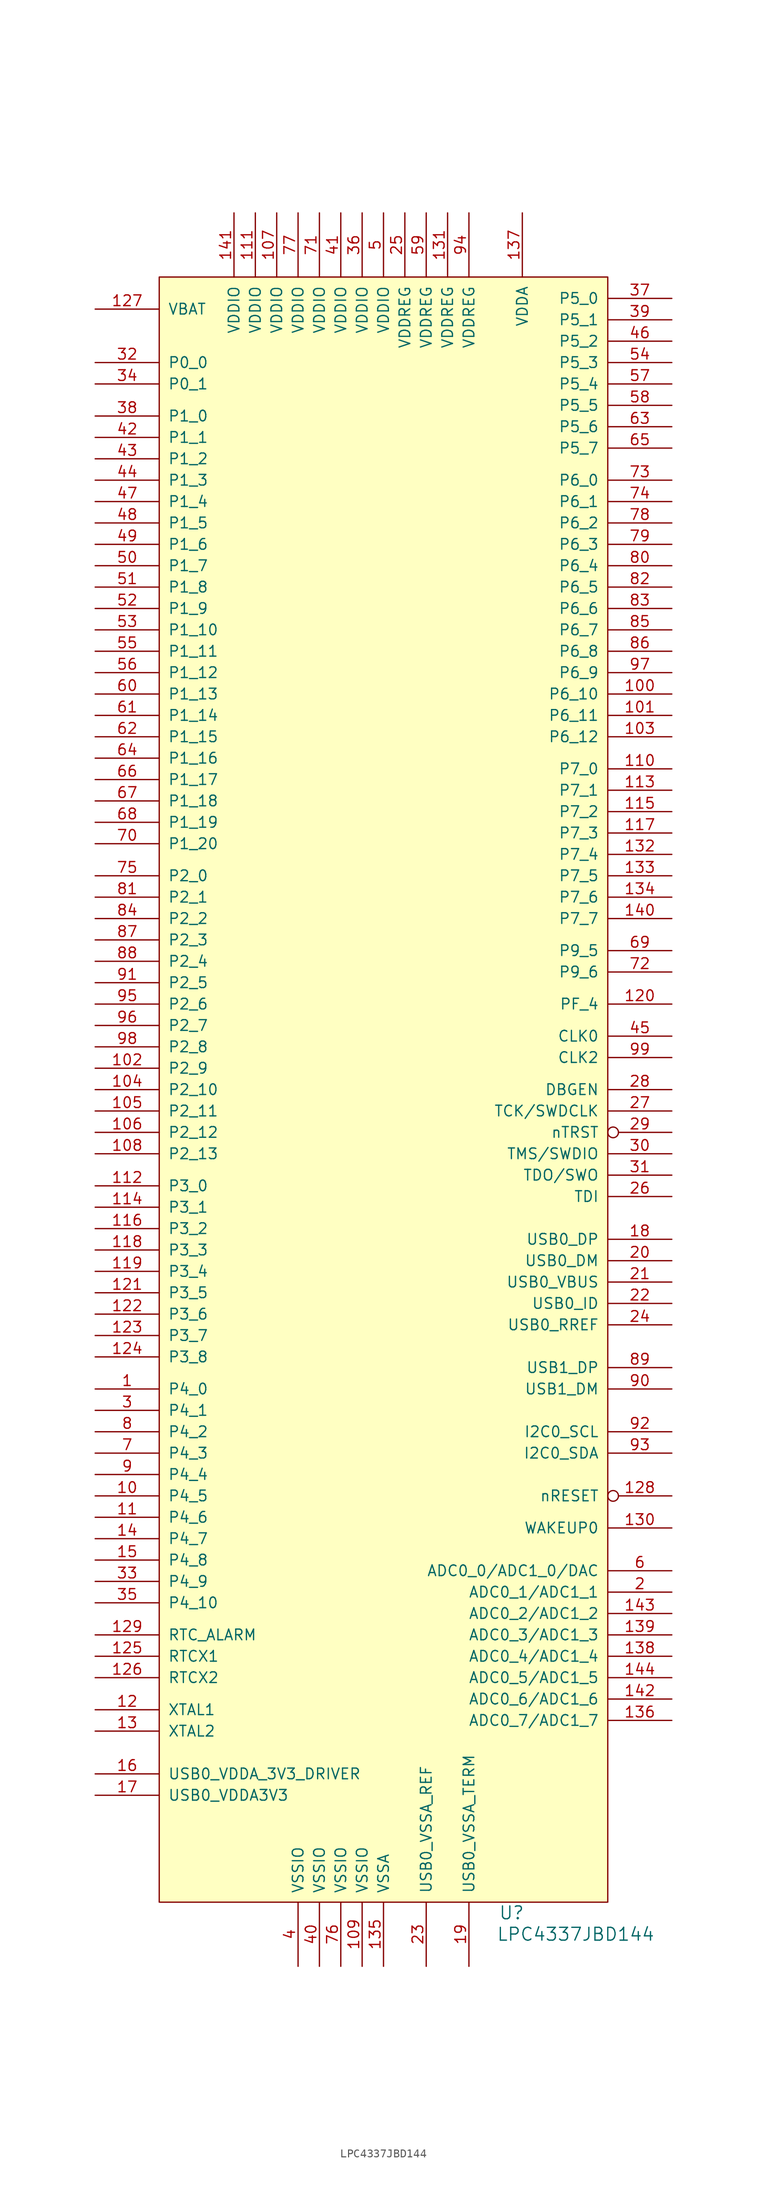
<source format=kicad_sym>
(kicad_symbol_lib
  (version 20231120)
  (generator "kicad_symbol_editor")
  (generator_version "8.0")
  (symbol "LPC4337JBD144"
    (pin_names
      (offset 1.016))
    (property "Reference" "U"
      (at 25.4 -73.66 0)
      (effects (font (size 1.524 1.524))))
    (property "Value" "LPC4337JBD144"
      (at 33.02 -76.2 0)
      (effects (font (size 1.524 1.524))))
    (property "Footprint" ""
      (at -2.54 100.33 0)
      (effects (font (size 1.524 1.524))))
    (property "Datasheet" ""
      (at -2.54 100.33 0)
      (effects (font (size 1.524 1.524))))
    (symbol "LPC4337JBD144_0_1"
      (rectangle (start -16.51 120.65) (end 36.83 -72.39) (stroke (width 0) (type solid)) (fill (type background))))
    (symbol "LPC4337JBD144_1_1"
      (pin input line (at -24.13 -11.43 0) (length 7.62) (name "P4_0" (effects (font (size 1.27 1.27)))) (number "1" (effects (font (size 1.27 1.27)))))
      (pin input line (at -24.13 -24.13 0) (length 7.62) (name "P4_5" (effects (font (size 1.27 1.27)))) (number "10" (effects (font (size 1.27 1.27)))))
      (pin input line (at 44.45 71.12 180) (length 7.62) (name "P6_10" (effects (font (size 1.27 1.27)))) (number "100" (effects (font (size 1.27 1.27)))))
      (pin input line (at 44.45 68.58 180) (length 7.62) (name "P6_11" (effects (font (size 1.27 1.27)))) (number "101" (effects (font (size 1.27 1.27)))))
      (pin bidirectional line (at -24.13 26.67 0) (length 7.62) (name "P2_9" (effects (font (size 1.27 1.27)))) (number "102" (effects (font (size 1.27 1.27)))))
      (pin input line (at 44.45 66.04 180) (length 7.62) (name "P6_12" (effects (font (size 1.27 1.27)))) (number "103" (effects (font (size 1.27 1.27)))))
      (pin bidirectional line (at -24.13 24.13 0) (length 7.62) (name "P2_10" (effects (font (size 1.27 1.27)))) (number "104" (effects (font (size 1.27 1.27)))))
      (pin bidirectional line (at -24.13 21.59 0) (length 7.62) (name "P2_11" (effects (font (size 1.27 1.27)))) (number "105" (effects (font (size 1.27 1.27)))))
      (pin bidirectional line (at -24.13 19.05 0) (length 7.62) (name "P2_12" (effects (font (size 1.27 1.27)))) (number "106" (effects (font (size 1.27 1.27)))))
      (pin input line (at -2.54 128.27 270) (length 7.62) (name "VDDIO" (effects (font (size 1.27 1.27)))) (number "107" (effects (font (size 1.27 1.27)))))
      (pin bidirectional line (at -24.13 16.51 0) (length 7.62) (name "P2_13" (effects (font (size 1.27 1.27)))) (number "108" (effects (font (size 1.27 1.27)))))
      (pin input line (at 7.62 -80.01 90) (length 7.62) (name "VSSIO" (effects (font (size 1.27 1.27)))) (number "109" (effects (font (size 1.27 1.27)))))
      (pin input line (at -24.13 -26.67 0) (length 7.62) (name "P4_6" (effects (font (size 1.27 1.27)))) (number "11" (effects (font (size 1.27 1.27)))))
      (pin input line (at 44.45 62.23 180) (length 7.62) (name "P7_0" (effects (font (size 1.27 1.27)))) (number "110" (effects (font (size 1.27 1.27)))))
      (pin input line (at -5.08 128.27 270) (length 7.62) (name "VDDIO" (effects (font (size 1.27 1.27)))) (number "111" (effects (font (size 1.27 1.27)))))
      (pin input line (at -24.13 12.7 0) (length 7.62) (name "P3_0" (effects (font (size 1.27 1.27)))) (number "112" (effects (font (size 1.27 1.27)))))
      (pin input line (at 44.45 59.69 180) (length 7.62) (name "P7_1" (effects (font (size 1.27 1.27)))) (number "113" (effects (font (size 1.27 1.27)))))
      (pin input line (at -24.13 10.16 0) (length 7.62) (name "P3_1" (effects (font (size 1.27 1.27)))) (number "114" (effects (font (size 1.27 1.27)))))
      (pin input line (at 44.45 57.15 180) (length 7.62) (name "P7_2" (effects (font (size 1.27 1.27)))) (number "115" (effects (font (size 1.27 1.27)))))
      (pin bidirectional line (at -24.13 7.62 0) (length 7.62) (name "P3_2" (effects (font (size 1.27 1.27)))) (number "116" (effects (font (size 1.27 1.27)))))
      (pin input line (at 44.45 54.61 180) (length 7.62) (name "P7_3" (effects (font (size 1.27 1.27)))) (number "117" (effects (font (size 1.27 1.27)))))
      (pin bidirectional line (at -24.13 5.08 0) (length 7.62) (name "P3_3" (effects (font (size 1.27 1.27)))) (number "118" (effects (font (size 1.27 1.27)))))
      (pin bidirectional line (at -24.13 2.54 0) (length 7.62) (name "P3_4" (effects (font (size 1.27 1.27)))) (number "119" (effects (font (size 1.27 1.27)))))
      (pin input line (at -24.13 -49.53 0) (length 7.62) (name "XTAL1" (effects (font (size 1.27 1.27)))) (number "12" (effects (font (size 1.27 1.27)))))
      (pin input line (at 44.45 34.29 180) (length 7.62) (name "PF_4" (effects (font (size 1.27 1.27)))) (number "120" (effects (font (size 1.27 1.27)))))
      (pin input line (at -24.13 0 0) (length 7.62) (name "P3_5" (effects (font (size 1.27 1.27)))) (number "121" (effects (font (size 1.27 1.27)))))
      (pin input line (at -24.13 -2.54 0) (length 7.62) (name "P3_6" (effects (font (size 1.27 1.27)))) (number "122" (effects (font (size 1.27 1.27)))))
      (pin input line (at -24.13 -5.08 0) (length 7.62) (name "P3_7" (effects (font (size 1.27 1.27)))) (number "123" (effects (font (size 1.27 1.27)))))
      (pin bidirectional line (at -24.13 -7.62 0) (length 7.62) (name "P3_8" (effects (font (size 1.27 1.27)))) (number "124" (effects (font (size 1.27 1.27)))))
      (pin input line (at -24.13 -43.18 0) (length 7.62) (name "RTCX1" (effects (font (size 1.27 1.27)))) (number "125" (effects (font (size 1.27 1.27)))))
      (pin input line (at -24.13 -45.72 0) (length 7.62) (name "RTCX2" (effects (font (size 1.27 1.27)))) (number "126" (effects (font (size 1.27 1.27)))))
      (pin input line (at -24.13 116.84 0) (length 7.62) (name "VBAT" (effects (font (size 1.27 1.27)))) (number "127" (effects (font (size 1.27 1.27)))))
      (pin input inverted (at 44.45 -24.13 180) (length 7.62) (name "nRESET" (effects (font (size 1.27 1.27)))) (number "128" (effects (font (size 1.27 1.27)))))
      (pin input line (at -24.13 -40.64 0) (length 7.62) (name "RTC_ALARM" (effects (font (size 1.27 1.27)))) (number "129" (effects (font (size 1.27 1.27)))))
      (pin input line (at -24.13 -52.07 0) (length 7.62) (name "XTAL2" (effects (font (size 1.27 1.27)))) (number "13" (effects (font (size 1.27 1.27)))))
      (pin input line (at 44.45 -27.94 180) (length 7.62) (name "WAKEUP0" (effects (font (size 1.27 1.27)))) (number "130" (effects (font (size 1.27 1.27)))))
      (pin input line (at 17.78 128.27 270) (length 7.62) (name "VDDREG" (effects (font (size 1.27 1.27)))) (number "131" (effects (font (size 1.27 1.27)))))
      (pin input line (at 44.45 52.07 180) (length 7.62) (name "P7_4" (effects (font (size 1.27 1.27)))) (number "132" (effects (font (size 1.27 1.27)))))
      (pin input line (at 44.45 49.53 180) (length 7.62) (name "P7_5" (effects (font (size 1.27 1.27)))) (number "133" (effects (font (size 1.27 1.27)))))
      (pin input line (at 44.45 46.99 180) (length 7.62) (name "P7_6" (effects (font (size 1.27 1.27)))) (number "134" (effects (font (size 1.27 1.27)))))
      (pin input line (at 10.16 -80.01 90) (length 7.62) (name "VSSA" (effects (font (size 1.27 1.27)))) (number "135" (effects (font (size 1.27 1.27)))))
      (pin input line (at 44.45 -50.8 180) (length 7.62) (name "ADC0_7/ADC1_7" (effects (font (size 1.27 1.27)))) (number "136" (effects (font (size 1.27 1.27)))))
      (pin input line (at 26.67 128.27 270) (length 7.62) (name "VDDA" (effects (font (size 1.27 1.27)))) (number "137" (effects (font (size 1.27 1.27)))))
      (pin input line (at 44.45 -43.18 180) (length 7.62) (name "ADC0_4/ADC1_4" (effects (font (size 1.27 1.27)))) (number "138" (effects (font (size 1.27 1.27)))))
      (pin input line (at 44.45 -40.64 180) (length 7.62) (name "ADC0_3/ADC1_3" (effects (font (size 1.27 1.27)))) (number "139" (effects (font (size 1.27 1.27)))))
      (pin input line (at -24.13 -29.21 0) (length 7.62) (name "P4_7" (effects (font (size 1.27 1.27)))) (number "14" (effects (font (size 1.27 1.27)))))
      (pin input line (at 44.45 44.45 180) (length 7.62) (name "P7_7" (effects (font (size 1.27 1.27)))) (number "140" (effects (font (size 1.27 1.27)))))
      (pin input line (at -7.62 128.27 270) (length 7.62) (name "VDDIO" (effects (font (size 1.27 1.27)))) (number "141" (effects (font (size 1.27 1.27)))))
      (pin input line (at 44.45 -48.26 180) (length 7.62) (name "ADC0_6/ADC1_6" (effects (font (size 1.27 1.27)))) (number "142" (effects (font (size 1.27 1.27)))))
      (pin input line (at 44.45 -38.1 180) (length 7.62) (name "ADC0_2/ADC1_2" (effects (font (size 1.27 1.27)))) (number "143" (effects (font (size 1.27 1.27)))))
      (pin input line (at 44.45 -45.72 180) (length 7.62) (name "ADC0_5/ADC1_5" (effects (font (size 1.27 1.27)))) (number "144" (effects (font (size 1.27 1.27)))))
      (pin input line (at -24.13 -31.75 0) (length 7.62) (name "P4_8" (effects (font (size 1.27 1.27)))) (number "15" (effects (font (size 1.27 1.27)))))
      (pin input line (at -24.13 -57.15 0) (length 7.62) (name "USB0_VDDA_3V3_DRIVER" (effects (font (size 1.27 1.27)))) (number "16" (effects (font (size 1.27 1.27)))))
      (pin input line (at -24.13 -59.69 0) (length 7.62) (name "USB0_VDDA3V3" (effects (font (size 1.27 1.27)))) (number "17" (effects (font (size 1.27 1.27)))))
      (pin bidirectional line (at 44.45 6.35 180) (length 7.62) (name "USB0_DP" (effects (font (size 1.27 1.27)))) (number "18" (effects (font (size 1.27 1.27)))))
      (pin input line (at 20.32 -80.01 90) (length 7.62) (name "USB0_VSSA_TERM" (effects (font (size 1.27 1.27)))) (number "19" (effects (font (size 1.27 1.27)))))
      (pin input line (at 44.45 -35.56 180) (length 7.62) (name "ADC0_1/ADC1_1" (effects (font (size 1.27 1.27)))) (number "2" (effects (font (size 1.27 1.27)))))
      (pin bidirectional line (at 44.45 3.81 180) (length 7.62) (name "USB0_DM" (effects (font (size 1.27 1.27)))) (number "20" (effects (font (size 1.27 1.27)))))
      (pin input line (at 44.45 1.27 180) (length 7.62) (name "USB0_VBUS" (effects (font (size 1.27 1.27)))) (number "21" (effects (font (size 1.27 1.27)))))
      (pin input line (at 44.45 -1.27 180) (length 7.62) (name "USB0_ID" (effects (font (size 1.27 1.27)))) (number "22" (effects (font (size 1.27 1.27)))))
      (pin input line (at 15.24 -80.01 90) (length 7.62) (name "USB0_VSSA_REF" (effects (font (size 1.27 1.27)))) (number "23" (effects (font (size 1.27 1.27)))))
      (pin input line (at 44.45 -3.81 180) (length 7.62) (name "USB0_RREF" (effects (font (size 1.27 1.27)))) (number "24" (effects (font (size 1.27 1.27)))))
      (pin input line (at 12.7 128.27 270) (length 7.62) (name "VDDREG" (effects (font (size 1.27 1.27)))) (number "25" (effects (font (size 1.27 1.27)))))
      (pin input line (at 44.45 11.43 180) (length 7.62) (name "TDI" (effects (font (size 1.27 1.27)))) (number "26" (effects (font (size 1.27 1.27)))))
      (pin input line (at 44.45 21.59 180) (length 7.62) (name "TCK/SWDCLK" (effects (font (size 1.27 1.27)))) (number "27" (effects (font (size 1.27 1.27)))))
      (pin input line (at 44.45 24.13 180) (length 7.62) (name "DBGEN" (effects (font (size 1.27 1.27)))) (number "28" (effects (font (size 1.27 1.27)))))
      (pin input inverted (at 44.45 19.05 180) (length 7.62) (name "nTRST" (effects (font (size 1.27 1.27)))) (number "29" (effects (font (size 1.27 1.27)))))
      (pin input line (at -24.13 -13.97 0) (length 7.62) (name "P4_1" (effects (font (size 1.27 1.27)))) (number "3" (effects (font (size 1.27 1.27)))))
      (pin input line (at 44.45 16.51 180) (length 7.62) (name "TMS/SWDIO" (effects (font (size 1.27 1.27)))) (number "30" (effects (font (size 1.27 1.27)))))
      (pin input line (at 44.45 13.97 180) (length 7.62) (name "TDO/SWO" (effects (font (size 1.27 1.27)))) (number "31" (effects (font (size 1.27 1.27)))))
      (pin input line (at -24.13 110.49 0) (length 7.62) (name "P0_0" (effects (font (size 1.27 1.27)))) (number "32" (effects (font (size 1.27 1.27)))))
      (pin input line (at -24.13 -34.29 0) (length 7.62) (name "P4_9" (effects (font (size 1.27 1.27)))) (number "33" (effects (font (size 1.27 1.27)))))
      (pin input line (at -24.13 107.95 0) (length 7.62) (name "P0_1" (effects (font (size 1.27 1.27)))) (number "34" (effects (font (size 1.27 1.27)))))
      (pin input line (at -24.13 -36.83 0) (length 7.62) (name "P4_10" (effects (font (size 1.27 1.27)))) (number "35" (effects (font (size 1.27 1.27)))))
      (pin input line (at 7.62 128.27 270) (length 7.62) (name "VDDIO" (effects (font (size 1.27 1.27)))) (number "36" (effects (font (size 1.27 1.27)))))
      (pin input line (at 44.45 118.11 180) (length 7.62) (name "P5_0" (effects (font (size 1.27 1.27)))) (number "37" (effects (font (size 1.27 1.27)))))
      (pin bidirectional line (at -24.13 104.14 0) (length 7.62) (name "P1_0" (effects (font (size 1.27 1.27)))) (number "38" (effects (font (size 1.27 1.27)))))
      (pin input line (at 44.45 115.57 180) (length 7.62) (name "P5_1" (effects (font (size 1.27 1.27)))) (number "39" (effects (font (size 1.27 1.27)))))
      (pin input line (at 0 -80.01 90) (length 7.62) (name "VSSIO" (effects (font (size 1.27 1.27)))) (number "4" (effects (font (size 1.27 1.27)))))
      (pin input line (at 2.54 -80.01 90) (length 7.62) (name "VSSIO" (effects (font (size 1.27 1.27)))) (number "40" (effects (font (size 1.27 1.27)))))
      (pin input line (at 5.08 128.27 270) (length 7.62) (name "VDDIO" (effects (font (size 1.27 1.27)))) (number "41" (effects (font (size 1.27 1.27)))))
      (pin bidirectional line (at -24.13 101.6 0) (length 7.62) (name "P1_1" (effects (font (size 1.27 1.27)))) (number "42" (effects (font (size 1.27 1.27)))))
      (pin bidirectional line (at -24.13 99.06 0) (length 7.62) (name "P1_2" (effects (font (size 1.27 1.27)))) (number "43" (effects (font (size 1.27 1.27)))))
      (pin input line (at -24.13 96.52 0) (length 7.62) (name "P1_3" (effects (font (size 1.27 1.27)))) (number "44" (effects (font (size 1.27 1.27)))))
      (pin bidirectional line (at 44.45 30.48 180) (length 7.62) (name "CLK0" (effects (font (size 1.27 1.27)))) (number "45" (effects (font (size 1.27 1.27)))))
      (pin input line (at 44.45 113.03 180) (length 7.62) (name "P5_2" (effects (font (size 1.27 1.27)))) (number "46" (effects (font (size 1.27 1.27)))))
      (pin input line (at -24.13 93.98 0) (length 7.62) (name "P1_4" (effects (font (size 1.27 1.27)))) (number "47" (effects (font (size 1.27 1.27)))))
      (pin input line (at -24.13 91.44 0) (length 7.62) (name "P1_5" (effects (font (size 1.27 1.27)))) (number "48" (effects (font (size 1.27 1.27)))))
      (pin input line (at -24.13 88.9 0) (length 7.62) (name "P1_6" (effects (font (size 1.27 1.27)))) (number "49" (effects (font (size 1.27 1.27)))))
      (pin input line (at 10.16 128.27 270) (length 7.62) (name "VDDIO" (effects (font (size 1.27 1.27)))) (number "5" (effects (font (size 1.27 1.27)))))
      (pin input line (at -24.13 86.36 0) (length 7.62) (name "P1_7" (effects (font (size 1.27 1.27)))) (number "50" (effects (font (size 1.27 1.27)))))
      (pin input line (at -24.13 83.82 0) (length 7.62) (name "P1_8" (effects (font (size 1.27 1.27)))) (number "51" (effects (font (size 1.27 1.27)))))
      (pin input line (at -24.13 81.28 0) (length 7.62) (name "P1_9" (effects (font (size 1.27 1.27)))) (number "52" (effects (font (size 1.27 1.27)))))
      (pin input line (at -24.13 78.74 0) (length 7.62) (name "P1_10" (effects (font (size 1.27 1.27)))) (number "53" (effects (font (size 1.27 1.27)))))
      (pin input line (at 44.45 110.49 180) (length 7.62) (name "P5_3" (effects (font (size 1.27 1.27)))) (number "54" (effects (font (size 1.27 1.27)))))
      (pin input line (at -24.13 76.2 0) (length 7.62) (name "P1_11" (effects (font (size 1.27 1.27)))) (number "55" (effects (font (size 1.27 1.27)))))
      (pin input line (at -24.13 73.66 0) (length 7.62) (name "P1_12" (effects (font (size 1.27 1.27)))) (number "56" (effects (font (size 1.27 1.27)))))
      (pin input line (at 44.45 107.95 180) (length 7.62) (name "P5_4" (effects (font (size 1.27 1.27)))) (number "57" (effects (font (size 1.27 1.27)))))
      (pin input line (at 44.45 105.41 180) (length 7.62) (name "P5_5" (effects (font (size 1.27 1.27)))) (number "58" (effects (font (size 1.27 1.27)))))
      (pin input line (at 15.24 128.27 270) (length 7.62) (name "VDDREG" (effects (font (size 1.27 1.27)))) (number "59" (effects (font (size 1.27 1.27)))))
      (pin input line (at 44.45 -33.02 180) (length 7.62) (name "ADC0_0/ADC1_0/DAC" (effects (font (size 1.27 1.27)))) (number "6" (effects (font (size 1.27 1.27)))))
      (pin input line (at -24.13 71.12 0) (length 7.62) (name "P1_13" (effects (font (size 1.27 1.27)))) (number "60" (effects (font (size 1.27 1.27)))))
      (pin input line (at -24.13 68.58 0) (length 7.62) (name "P1_14" (effects (font (size 1.27 1.27)))) (number "61" (effects (font (size 1.27 1.27)))))
      (pin input line (at -24.13 66.04 0) (length 7.62) (name "P1_15" (effects (font (size 1.27 1.27)))) (number "62" (effects (font (size 1.27 1.27)))))
      (pin input line (at 44.45 102.87 180) (length 7.62) (name "P5_6" (effects (font (size 1.27 1.27)))) (number "63" (effects (font (size 1.27 1.27)))))
      (pin input line (at -24.13 63.5 0) (length 7.62) (name "P1_16" (effects (font (size 1.27 1.27)))) (number "64" (effects (font (size 1.27 1.27)))))
      (pin input line (at 44.45 100.33 180) (length 7.62) (name "P5_7" (effects (font (size 1.27 1.27)))) (number "65" (effects (font (size 1.27 1.27)))))
      (pin input line (at -24.13 60.96 0) (length 7.62) (name "P1_17" (effects (font (size 1.27 1.27)))) (number "66" (effects (font (size 1.27 1.27)))))
      (pin input line (at -24.13 58.42 0) (length 7.62) (name "P1_18" (effects (font (size 1.27 1.27)))) (number "67" (effects (font (size 1.27 1.27)))))
      (pin input line (at -24.13 55.88 0) (length 7.62) (name "P1_19" (effects (font (size 1.27 1.27)))) (number "68" (effects (font (size 1.27 1.27)))))
      (pin bidirectional line (at 44.45 40.64 180) (length 7.62) (name "P9_5" (effects (font (size 1.27 1.27)))) (number "69" (effects (font (size 1.27 1.27)))))
      (pin input line (at -24.13 -19.05 0) (length 7.62) (name "P4_3" (effects (font (size 1.27 1.27)))) (number "7" (effects (font (size 1.27 1.27)))))
      (pin input line (at -24.13 53.34 0) (length 7.62) (name "P1_20" (effects (font (size 1.27 1.27)))) (number "70" (effects (font (size 1.27 1.27)))))
      (pin input line (at 2.54 128.27 270) (length 7.62) (name "VDDIO" (effects (font (size 1.27 1.27)))) (number "71" (effects (font (size 1.27 1.27)))))
      (pin input line (at 44.45 38.1 180) (length 7.62) (name "P9_6" (effects (font (size 1.27 1.27)))) (number "72" (effects (font (size 1.27 1.27)))))
      (pin input line (at 44.45 96.52 180) (length 7.62) (name "P6_0" (effects (font (size 1.27 1.27)))) (number "73" (effects (font (size 1.27 1.27)))))
      (pin input line (at 44.45 93.98 180) (length 7.62) (name "P6_1" (effects (font (size 1.27 1.27)))) (number "74" (effects (font (size 1.27 1.27)))))
      (pin input line (at -24.13 49.53 0) (length 7.62) (name "P2_0" (effects (font (size 1.27 1.27)))) (number "75" (effects (font (size 1.27 1.27)))))
      (pin input line (at 5.08 -80.01 90) (length 7.62) (name "VSSIO" (effects (font (size 1.27 1.27)))) (number "76" (effects (font (size 1.27 1.27)))))
      (pin input line (at 0 128.27 270) (length 7.62) (name "VDDIO" (effects (font (size 1.27 1.27)))) (number "77" (effects (font (size 1.27 1.27)))))
      (pin input line (at 44.45 91.44 180) (length 7.62) (name "P6_2" (effects (font (size 1.27 1.27)))) (number "78" (effects (font (size 1.27 1.27)))))
      (pin input line (at 44.45 88.9 180) (length 7.62) (name "P6_3" (effects (font (size 1.27 1.27)))) (number "79" (effects (font (size 1.27 1.27)))))
      (pin input line (at -24.13 -16.51 0) (length 7.62) (name "P4_2" (effects (font (size 1.27 1.27)))) (number "8" (effects (font (size 1.27 1.27)))))
      (pin input line (at 44.45 86.36 180) (length 7.62) (name "P6_4" (effects (font (size 1.27 1.27)))) (number "80" (effects (font (size 1.27 1.27)))))
      (pin bidirectional line (at -24.13 46.99 0) (length 7.62) (name "P2_1" (effects (font (size 1.27 1.27)))) (number "81" (effects (font (size 1.27 1.27)))))
      (pin input line (at 44.45 83.82 180) (length 7.62) (name "P6_5" (effects (font (size 1.27 1.27)))) (number "82" (effects (font (size 1.27 1.27)))))
      (pin input line (at 44.45 81.28 180) (length 7.62) (name "P6_6" (effects (font (size 1.27 1.27)))) (number "83" (effects (font (size 1.27 1.27)))))
      (pin bidirectional line (at -24.13 44.45 0) (length 7.62) (name "P2_2" (effects (font (size 1.27 1.27)))) (number "84" (effects (font (size 1.27 1.27)))))
      (pin input line (at 44.45 78.74 180) (length 7.62) (name "P6_7" (effects (font (size 1.27 1.27)))) (number "85" (effects (font (size 1.27 1.27)))))
      (pin input line (at 44.45 76.2 180) (length 7.62) (name "P6_8" (effects (font (size 1.27 1.27)))) (number "86" (effects (font (size 1.27 1.27)))))
      (pin bidirectional line (at -24.13 41.91 0) (length 7.62) (name "P2_3" (effects (font (size 1.27 1.27)))) (number "87" (effects (font (size 1.27 1.27)))))
      (pin bidirectional line (at -24.13 39.37 0) (length 7.62) (name "P2_4" (effects (font (size 1.27 1.27)))) (number "88" (effects (font (size 1.27 1.27)))))
      (pin bidirectional line (at 44.45 -8.89 180) (length 7.62) (name "USB1_DP" (effects (font (size 1.27 1.27)))) (number "89" (effects (font (size 1.27 1.27)))))
      (pin input line (at -24.13 -21.59 0) (length 7.62) (name "P4_4" (effects (font (size 1.27 1.27)))) (number "9" (effects (font (size 1.27 1.27)))))
      (pin bidirectional line (at 44.45 -11.43 180) (length 7.62) (name "USB1_DM" (effects (font (size 1.27 1.27)))) (number "90" (effects (font (size 1.27 1.27)))))
      (pin input line (at -24.13 36.83 0) (length 7.62) (name "P2_5" (effects (font (size 1.27 1.27)))) (number "91" (effects (font (size 1.27 1.27)))))
      (pin output line (at 44.45 -16.51 180) (length 7.62) (name "I2C0_SCL" (effects (font (size 1.27 1.27)))) (number "92" (effects (font (size 1.27 1.27)))))
      (pin bidirectional line (at 44.45 -19.05 180) (length 7.62) (name "I2C0_SDA" (effects (font (size 1.27 1.27)))) (number "93" (effects (font (size 1.27 1.27)))))
      (pin input line (at 20.32 128.27 270) (length 7.62) (name "VDDREG" (effects (font (size 1.27 1.27)))) (number "94" (effects (font (size 1.27 1.27)))))
      (pin bidirectional line (at -24.13 34.29 0) (length 7.62) (name "P2_6" (effects (font (size 1.27 1.27)))) (number "95" (effects (font (size 1.27 1.27)))))
      (pin input line (at -24.13 31.75 0) (length 7.62) (name "P2_7" (effects (font (size 1.27 1.27)))) (number "96" (effects (font (size 1.27 1.27)))))
      (pin input line (at 44.45 73.66 180) (length 7.62) (name "P6_9" (effects (font (size 1.27 1.27)))) (number "97" (effects (font (size 1.27 1.27)))))
      (pin bidirectional line (at -24.13 29.21 0) (length 7.62) (name "P2_8" (effects (font (size 1.27 1.27)))) (number "98" (effects (font (size 1.27 1.27)))))
      (pin bidirectional line (at 44.45 27.94 180) (length 7.62) (name "CLK2" (effects (font (size 1.27 1.27)))) (number "99" (effects (font (size 1.27 1.27))))))))
</source>
